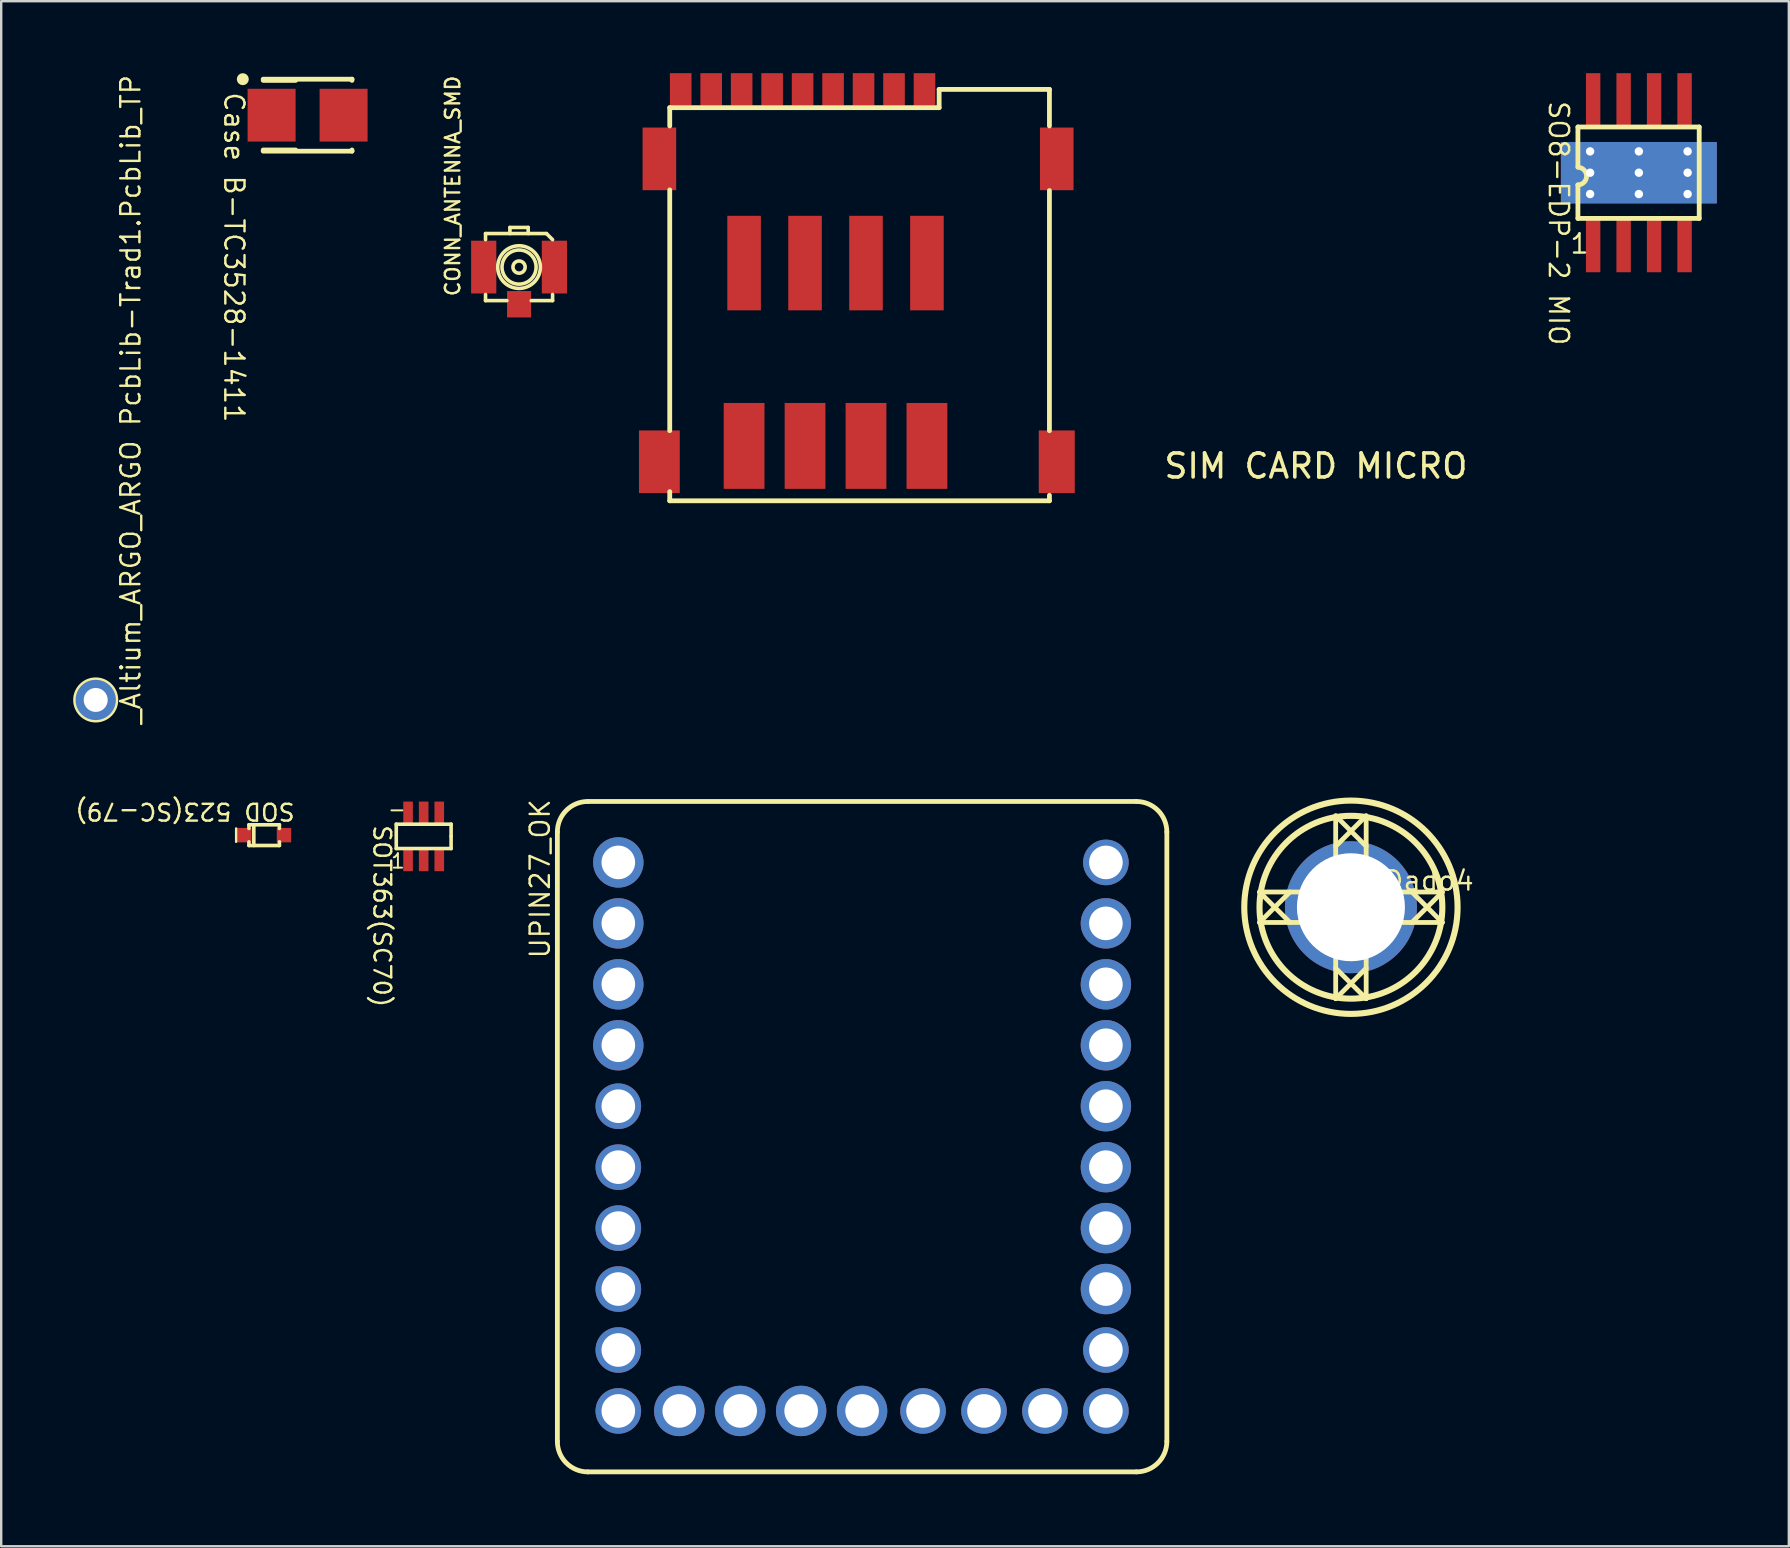
<source format=kicad_pcb>
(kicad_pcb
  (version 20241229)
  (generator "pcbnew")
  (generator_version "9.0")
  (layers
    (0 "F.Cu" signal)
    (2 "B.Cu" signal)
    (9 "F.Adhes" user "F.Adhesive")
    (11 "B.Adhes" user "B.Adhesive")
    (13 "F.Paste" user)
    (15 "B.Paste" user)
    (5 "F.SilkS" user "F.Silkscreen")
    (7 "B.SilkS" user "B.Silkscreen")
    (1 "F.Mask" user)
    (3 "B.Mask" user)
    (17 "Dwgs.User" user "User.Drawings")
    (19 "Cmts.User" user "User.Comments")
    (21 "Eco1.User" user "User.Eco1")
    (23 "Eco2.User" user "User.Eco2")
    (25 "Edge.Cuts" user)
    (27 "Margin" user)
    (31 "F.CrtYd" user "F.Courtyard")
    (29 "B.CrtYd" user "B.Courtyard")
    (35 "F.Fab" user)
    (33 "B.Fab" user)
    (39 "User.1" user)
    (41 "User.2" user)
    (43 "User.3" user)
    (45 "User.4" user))
  (footprint "SO8-EDP-2 MIO"
    (layer "F.Cu")
    (at 65.251 4.148)
    (property "Reference" "SO8-EDP-2 MIO" (at -3.81 -3.048 270) (unlocked yes) (layer "F.SilkS") (effects (font (size 0.8 0.8) (thickness 0.1)) (justify left bottom)))
    (fp_line (start -2.54 -1.905) (end -2.54 -0.254) (stroke (width 0.2) (type solid)) (layer "F.SilkS"))
    (fp_line (start -2.54 -1.905) (end 2.515 -1.905) (stroke (width 0.2) (type solid)) (layer "F.SilkS"))
    (fp_line (start -2.54 0.508) (end -2.54 1.905) (stroke (width 0.2) (type solid)) (layer "F.SilkS"))
    (fp_line (start -2.54 1.905) (end 2.515 1.905) (stroke (width 0.2) (type solid)) (layer "F.SilkS"))
    (fp_line (start 2.515 -1.905) (end 2.515 1.905) (stroke (width 0.2) (type solid)) (layer "F.SilkS"))
    (fp_arc (start -2.54 -0.22534) (mid -2.17333 0.14133) (end -2.54 0.508) (stroke (width 0.2) (type solid)) (layer "F.SilkS"))
    (fp_text user "1" (at -2.921 3.429 0) (unlocked yes) (layer "F.SilkS") (effects (font (size 0.8 0.8) (thickness 0.1)) (justify left bottom)))
    (pad "" thru_hole circle (at -2.032 -0.889 180) (size 0.5 0.5) (drill 0.35) (layers "*.Cu" "*.Mask"))
    (pad "" thru_hole circle (at -2.032 0 180) (size 0.5 0.5) (drill 0.35) (layers "*.Cu" "*.Mask"))
    (pad "" thru_hole circle (at -2.032 0.889 180) (size 0.5 0.5) (drill 0.35) (layers "*.Cu" "*.Mask"))
    (pad "" thru_hole circle (at 0 -0.889 180) (size 0.5 0.5) (drill 0.35) (layers "*.Cu" "*.Mask"))
    (pad "" thru_hole circle (at 0 0.889 180) (size 0.5 0.5) (drill 0.35) (layers "*.Cu" "*.Mask"))
    (pad "" thru_hole circle (at 2.032 -0.889 180) (size 0.5 0.5) (drill 0.35) (layers "*.Cu" "*.Mask"))
    (pad "" thru_hole circle (at 2.032 0 180) (size 0.5 0.5) (drill 0.35) (layers "*.Cu" "*.Mask"))
    (pad "" thru_hole circle (at 2.032 0.889 180) (size 0.5 0.5) (drill 0.35) (layers "*.Cu" "*.Mask"))
    (pad "1" smd rect (at -1.905 3.048 90) (size 2.2 0.6) (layers "F.Cu" "F.Mask" "F.Paste"))
    (pad "2" smd rect (at -0.635 3.048 90) (size 2.2 0.6) (layers "F.Cu" "F.Mask" "F.Paste"))
    (pad "3" smd rect (at 0.635 3.048 90) (size 2.2 0.6) (layers "F.Cu" "F.Mask" "F.Paste"))
    (pad "4" smd rect (at 1.905 3.048 90) (size 2.2 0.6) (layers "F.Cu" "F.Mask" "F.Paste"))
    (pad "5" smd rect (at 1.905 -3.048 90) (size 2.2 0.6) (layers "F.Cu" "F.Mask" "F.Paste"))
    (pad "6" smd rect (at 0.635 -3.048 90) (size 2.2 0.6) (layers "F.Cu" "F.Mask" "F.Paste"))
    (pad "7" smd rect (at -0.635 -3.048 90) (size 2.2 0.6) (layers "F.Cu" "F.Mask" "F.Paste"))
    (pad "8" smd rect (at -1.905 -3.048 90) (size 2.2 0.6) (layers "F.Cu" "F.Mask" "F.Paste"))
    (pad "9" thru_hole rect (at 0 0 90) (size 2.56 6.5) (drill 0.35) (layers "*.Cu" "*.Mask")))
  (footprint "SOT363(SC70)"
    (layer "F.Cu")
    (at 13.957 32.806)
    (property "Reference" "SOT363(SC70)" (at -1.494 -1.524 270) (unlocked yes) (layer "F.SilkS") (effects (font (size 0.7 0.7) (thickness 0.1)) (justify left bottom)))
    (fp_line (start -0.493 -1.508) (end -0.493 -0.492) (stroke (width 0.15) (type solid)) (layer "F.SilkS"))
    (fp_line (start -0.493 -1.508) (end 1.793 -1.508) (stroke (width 0.15) (type solid)) (layer "F.SilkS"))
    (fp_line (start -0.493 -0.492) (end 1.793 -0.492) (stroke (width 0.15) (type solid)) (layer "F.SilkS"))
    (fp_line (start 1.793 -1.508) (end 1.793 -1) (stroke (width 0.15) (type solid)) (layer "F.SilkS"))
    (fp_line (start 1.793 -1) (end 1.793 -0.492) (stroke (width 0.15) (type solid)) (layer "F.SilkS"))
    (fp_text user "1" (at -0.762 0.381 0) (unlocked yes) (layer "F.SilkS") (effects (font (size 0.6 0.6) (thickness 0.08)) (justify left bottom)))
    (fp_text user "-" (at -0.889 -1.778 0) (unlocked yes) (layer "F.SilkS") (effects (font (size 0.6 0.6) (thickness 0.08)) (justify left bottom)))
    (pad "1" smd rect (at 0 0) (size 0.4 0.9) (layers "F.Cu" "F.Mask" "F.Paste"))
    (pad "2" smd rect (at 0.65 0) (size 0.4 0.9) (layers "F.Cu" "F.Mask" "F.Paste"))
    (pad "3" smd rect (at 1.3 0) (size 0.4 0.9) (layers "F.Cu" "F.Mask" "F.Paste"))
    (pad "4" smd rect (at 1.3 -2) (size 0.4 0.9) (layers "F.Cu" "F.Mask" "F.Paste"))
    (pad "5" smd rect (at 0.65 -2) (size 0.4 0.9) (layers "F.Cu" "F.Mask" "F.Paste"))
    (pad "6" smd rect (at 0 -2) (size 0.4 0.9) (layers "F.Cu" "F.Mask" "F.Paste")))
  (footprint "UPIN27_OK"
    (layer "F.Cu")
    (at 43.039 32.892)
    (property "Reference" "UPIN27_OK" (at -23.114 4.064 90) (unlocked yes) (layer "F.SilkS") (effects (font (size 0.8 0.8) (thickness 0.1)) (justify left bottom)))
    (fp_line (start -22.86 24.13) (end -22.86 -1.27) (stroke (width 0.2) (type solid)) (layer "F.SilkS"))
    (fp_line (start 1.27 -2.54) (end -21.59 -2.54) (stroke (width 0.2) (type solid)) (layer "F.SilkS"))
    (fp_line (start 1.27 25.4) (end -21.59 25.4) (stroke (width 0.2) (type solid)) (layer "F.SilkS"))
    (fp_line (start 2.54 24.13) (end 2.54 -1.27) (stroke (width 0.2) (type solid)) (layer "F.SilkS"))
    (fp_arc (start -22.86 -1.27) (mid -22.488026 -2.168026) (end -21.59 -2.54) (stroke (width 0.2) (type solid)) (layer "F.SilkS"))
    (fp_arc (start -21.59 25.4) (mid -22.488026 25.028026) (end -22.86 24.13) (stroke (width 0.2) (type solid)) (layer "F.SilkS"))
    (fp_arc (start 1.27 -2.54) (mid 2.168026 -2.168026) (end 2.54 -1.27) (stroke (width 0.2) (type solid)) (layer "F.SilkS"))
    (fp_arc (start 2.54 24.13) (mid 2.168026 25.028026) (end 1.27 25.4) (stroke (width 0.2) (type solid)) (layer "F.SilkS"))
    (pad "1" thru_hole circle (at 0 0 90) (size 1.9 1.9) (drill 1.4) (layers "*.Cu" "*.Mask"))
    (pad "2" thru_hole circle (at 0 2.54 90) (size 2.1 2.1) (drill 1.4) (layers "*.Cu" "*.Mask"))
    (pad "3" thru_hole circle (at 0 5.08 90) (size 2.1 2.1) (drill 1.4) (layers "*.Cu" "*.Mask"))
    (pad "4" thru_hole circle (at 0 7.62 90) (size 2.1 2.1) (drill 1.4) (layers "*.Cu" "*.Mask"))
    (pad "5" thru_hole circle (at 0 10.16 90) (size 2.1 2.1) (drill 1.4) (layers "*.Cu" "*.Mask"))
    (pad "6" thru_hole circle (at 0 12.7 90) (size 2.1 2.1) (drill 1.4) (layers "*.Cu" "*.Mask"))
    (pad "7" thru_hole circle (at 0 15.24 90) (size 2.1 2.1) (drill 1.4) (layers "*.Cu" "*.Mask"))
    (pad "8" thru_hole circle (at 0 17.78 90) (size 2.1 2.1) (drill 1.4) (layers "*.Cu" "*.Mask"))
    (pad "9" thru_hole circle (at 0 20.32 90) (size 1.9 1.9) (drill 1.4) (layers "*.Cu" "*.Mask"))
    (pad "10" thru_hole circle (at 0 22.86 90) (size 1.9 1.9) (drill 1.4) (layers "*.Cu" "*.Mask"))
    (pad "11" thru_hole circle (at -2.54 22.86 90) (size 1.9 1.9) (drill 1.4) (layers "*.Cu" "*.Mask"))
    (pad "12" thru_hole circle (at -5.08 22.86 90) (size 1.9 1.9) (drill 1.4) (layers "*.Cu" "*.Mask"))
    (pad "13" thru_hole circle (at -7.62 22.86 90) (size 1.9 1.9) (drill 1.4) (layers "*.Cu" "*.Mask"))
    (pad "14" thru_hole circle (at -10.16 22.86 90) (size 2.1 2.1) (drill 1.4) (layers "*.Cu" "*.Mask"))
    (pad "15" thru_hole circle (at -12.7 22.86 90) (size 2.1 2.1) (drill 1.4) (layers "*.Cu" "*.Mask"))
    (pad "16" thru_hole circle (at -15.24 22.86 90) (size 2.1 2.1) (drill 1.4) (layers "*.Cu" "*.Mask"))
    (pad "17" thru_hole circle (at -17.78 22.86 90) (size 2.1 2.1) (drill 1.4) (layers "*.Cu" "*.Mask"))
    (pad "18" thru_hole circle (at -20.32 22.86 90) (size 1.9 1.9) (drill 1.4) (layers "*.Cu" "*.Mask"))
    (pad "19" thru_hole circle (at -20.32 20.32 90) (size 1.9 1.9) (drill 1.4) (layers "*.Cu" "*.Mask"))
    (pad "20" thru_hole circle (at -20.32 17.78 90) (size 1.9 1.9) (drill 1.4) (layers "*.Cu" "*.Mask"))
    (pad "21" thru_hole circle (at -20.32 15.24 90) (size 1.9 1.9) (drill 1.4) (layers "*.Cu" "*.Mask"))
    (pad "22" thru_hole circle (at -20.32 12.7 90) (size 1.9 1.9) (drill 1.4) (layers "*.Cu" "*.Mask"))
    (pad "23" thru_hole circle (at -20.32 10.16 90) (size 1.9 1.9) (drill 1.4) (layers "*.Cu" "*.Mask"))
    (pad "24" thru_hole circle (at -20.32 7.62 90) (size 2.1 2.1) (drill 1.4) (layers "*.Cu" "*.Mask"))
    (pad "25" thru_hole circle (at -20.32 5.08 90) (size 2.1 2.1) (drill 1.4) (layers "*.Cu" "*.Mask"))
    (pad "26" thru_hole circle (at -20.32 2.54 90) (size 2.1 2.1) (drill 1.4) (layers "*.Cu" "*.Mask"))
    (pad "27" thru_hole circle (at -20.32 0 90) (size 2.1 2.1) (drill 1.4) (layers "*.Cu" "*.Mask")))
  (footprint "SIM CARD MICRO"
    (layer "F.Cu")
    (at 35.479 0.675)
    (property "Reference" "SIM CARD MICRO" (at 9.906 16.281 0) (unlocked yes) (layer "F.SilkS") (effects (font (size 1 1) (thickness 0.15)) (justify left bottom)))
    (fp_line (start -10.617 0.762) (end -10.617 1.524) (stroke (width 0.2) (type solid)) (layer "F.SilkS"))
    (fp_line (start -10.617 0.762) (end 0.61 0.762) (stroke (width 0.2) (type solid)) (layer "F.SilkS"))
    (fp_line (start -10.617 4.191) (end -10.617 14.224) (stroke (width 0.2) (type solid)) (layer "F.SilkS"))
    (fp_line (start -10.617 16.764) (end -10.617 17.145) (stroke (width 0.2) (type solid)) (layer "F.SilkS"))
    (fp_line (start -10.617 17.145) (end 5.207 17.145) (stroke (width 0.2) (type solid)) (layer "F.SilkS"))
    (fp_line (start 0.61 0) (end 0.61 0.762) (stroke (width 0.2) (type solid)) (layer "F.SilkS"))
    (fp_line (start 0.61 0) (end 5.207 0) (stroke (width 0.2) (type solid)) (layer "F.SilkS"))
    (fp_line (start 5.207 0) (end 5.207 1.524) (stroke (width 0.2) (type solid)) (layer "F.SilkS"))
    (fp_line (start 5.207 4.216) (end 5.207 14.224) (stroke (width 0.2) (type solid)) (layer "F.SilkS"))
    (fp_line (start 5.207 16.916) (end 5.207 17.145) (stroke (width 0.2) (type solid)) (layer "F.SilkS"))
    (fp_arc (start -9.132967 17.145025) (mid -2.724969 14.29113) (end 3.683028 17.145026) (stroke (width 0.2) (type solid)) (layer "User.2"))
    (pad "" smd rect (at -7.518 7.239 90) (size 3.94 1.4) (layers "F.Cu" "F.Mask" "F.Paste"))
    (pad "" smd rect (at -7.518 14.859 90) (size 3.58 1.7) (layers "F.Cu" "F.Mask" "F.Paste"))
    (pad "" smd rect (at -4.978 7.239 90) (size 3.94 1.4) (layers "F.Cu" "F.Mask" "F.Paste"))
    (pad "" smd rect (at -4.978 14.859 90) (size 3.58 1.7) (layers "F.Cu" "F.Mask" "F.Paste"))
    (pad "" smd rect (at -2.438 7.239 90) (size 3.94 1.4) (layers "F.Cu" "F.Mask" "F.Paste"))
    (pad "" smd rect (at -2.438 14.859 90) (size 3.58 1.7) (layers "F.Cu" "F.Mask" "F.Paste"))
    (pad "" smd rect (at 0.102 7.239 90) (size 3.94 1.4) (layers "F.Cu" "F.Mask" "F.Paste"))
    (pad "" smd rect (at 0.102 14.859 90) (size 3.58 1.7) (layers "F.Cu" "F.Mask" "F.Paste"))
    (pad "C1" smd rect (at 0 0 90) (size 1.35 0.9) (layers "F.Cu" "F.Mask" "F.Paste"))
    (pad "C2" smd rect (at -2.54 0 90) (size 1.35 0.9) (layers "F.Cu" "F.Mask" "F.Paste"))
    (pad "C3" smd rect (at -5.08 0 90) (size 1.35 0.9) (layers "F.Cu" "F.Mask" "F.Paste"))
    (pad "C4" smd rect (at -7.62 0 90) (size 1.35 0.9) (layers "F.Cu" "F.Mask" "F.Paste"))
    (pad "C5" smd rect (at -1.27 0 90) (size 1.35 0.9) (layers "F.Cu" "F.Mask" "F.Paste"))
    (pad "C6" smd rect (at -3.81 0 90) (size 1.35 0.9) (layers "F.Cu" "F.Mask" "F.Paste"))
    (pad "C7" smd rect (at -6.35 0 90) (size 1.35 0.9) (layers "F.Cu" "F.Mask" "F.Paste"))
    (pad "C8" smd rect (at -8.89 0 90) (size 1.35 0.9) (layers "F.Cu" "F.Mask" "F.Paste"))
    (pad "CD" smd rect (at -10.16 0 90) (size 1.35 0.9) (layers "F.Cu" "F.Mask" "F.Paste"))
    (pad "GND" smd rect (at -11.049 2.896 90) (size 2.61 1.4) (layers "F.Cu" "F.Mask" "F.Paste"))
    (pad "GND" smd rect (at -11.049 15.519 90) (size 2.61 1.7) (layers "F.Cu" "F.Mask" "F.Paste"))
    (pad "GND" smd rect (at 5.512 2.896 90) (size 2.61 1.4) (layers "F.Cu" "F.Mask" "F.Paste"))
    (pad "GND" smd rect (at 5.512 15.519 90) (size 2.61 1.5) (layers "F.Cu" "F.Mask" "F.Paste")))
  (footprint "Case B-TC3528-1411"
    (layer "F.Cu")
    (at 8.269 1.75)
    (property "Reference" "Case B-TC3528-1411" (at -2.032 -1.016 270) (unlocked yes) (layer "F.SilkS") (effects (font (size 0.8 0.8) (thickness 0.1)) (justify left bottom)))
    (fp_line (start 1 -1.45) (end -0.35 -1.45) (stroke (width 0.2) (type solid)) (layer "F.SilkS"))
    (fp_line (start 1 1.45) (end -0.35 1.45) (stroke (width 0.2) (type solid)) (layer "F.SilkS"))
    (fp_line (start 3.35 -1.5) (end -0.35 -1.5) (stroke (width 0.2) (type solid)) (layer "F.SilkS"))
    (fp_line (start 3.35 -1.5) (end 3.35 -1.45) (stroke (width 0.2) (type solid)) (layer "F.SilkS"))
    (fp_line (start 3.35 1.45) (end 3.35 1.5) (stroke (width 0.2) (type solid)) (layer "F.SilkS"))
    (fp_line (start 3.35 1.5) (end -0.35 1.5) (stroke (width 0.2) (type solid)) (layer "F.SilkS"))
    (fp_circle (center -1.2 -1.5) (end -1.2 -1.375) (stroke (width 0.25) (type solid)) (fill no) (layer "F.SilkS"))
    (pad "1" smd rect (at 0 0) (size 2 2.2) (layers "F.Cu" "F.Mask" "F.Paste"))
    (pad "2" smd rect (at 3 0) (size 2 2.2) (layers "F.Cu" "F.Mask" "F.Paste")))
  (footprint "CONN_ANTENNA_SMD"
    (layer "F.Cu")
    (at 18.582 8.081)
    (property "Reference" "CONN_ANTENNA_SMD" (at -2.413 1.27 90) (unlocked yes) (layer "F.SilkS") (effects (font (size 0.6 0.6) (thickness 0.1)) (justify left bottom)))
    (fp_line (start -1.397 -1.397) (end 1.143 -1.397) (stroke (width 0.15) (type solid)) (layer "F.SilkS"))
    (fp_line (start -1.397 -1.143) (end -1.397 -1.397) (stroke (width 0.15) (type solid)) (layer "F.SilkS"))
    (fp_line (start -1.397 1.397) (end -1.397 1.143) (stroke (width 0.15) (type solid)) (layer "F.SilkS"))
    (fp_line (start -1.397 1.397) (end -0.508 1.397) (stroke (width 0.15) (type solid)) (layer "F.SilkS"))
    (fp_line (start -0.381 -1.651) (end 0.381 -1.651) (stroke (width 0.15) (type solid)) (layer "F.SilkS"))
    (fp_line (start -0.381 -1.397) (end -0.381 -1.651) (stroke (width 0.15) (type solid)) (layer "F.SilkS"))
    (fp_line (start 0.381 -1.397) (end 0.381 -1.651) (stroke (width 0.15) (type solid)) (layer "F.SilkS"))
    (fp_line (start 0.508 1.397) (end 1.397 1.397) (stroke (width 0.15) (type solid)) (layer "F.SilkS"))
    (fp_line (start 1.143 -1.397) (end 1.397 -1.143) (stroke (width 0.15) (type solid)) (layer "F.SilkS"))
    (fp_line (start 1.397 1.397) (end 1.397 1.143) (stroke (width 0.15) (type solid)) (layer "F.SilkS"))
    (fp_circle (center 0 0) (end 0 -0.889) (stroke (width 0.15) (type solid)) (fill no) (layer "F.SilkS"))
    (fp_circle (center 0 0) (end 0 -0.711) (stroke (width 0.15) (type solid)) (fill no) (layer "F.SilkS"))
    (fp_circle (center 0 0) (end 0 -0.254) (stroke (width 0.15) (type solid)) (fill no) (layer "F.SilkS"))
    (pad "1" smd rect (at 0 1.549 90) (size 1.1 1) (layers "F.Cu" "F.Mask" "F.Paste"))
    (pad "2" smd rect (at -1.473 0 90) (size 2.2 1.05) (layers "F.Cu" "F.Mask" "F.Paste"))
    (pad "2" smd rect (at 1.473 0 90) (size 2.2 1.05) (layers "F.Cu" "F.Mask" "F.Paste")))
  (footprint "ViteDado4"
    (layer "F.Cu")
    (at 53.251 34.76)
    (property "Reference" "ViteDado4" (at -0.889 -0.635 0) (unlocked yes) (layer "F.SilkS") (effects (font (size 0.8 0.8) (thickness 0.1)) (justify left bottom)))
    (fp_line (start -3.81 0.635) (end -2.54 -0.635) (stroke (width 0.2) (type solid)) (layer "F.SilkS"))
    (fp_line (start -2.54 0.635) (end -3.81 -0.635) (stroke (width 0.2) (type solid)) (layer "F.SilkS"))
    (fp_line (start -0.635 -2.54) (end 0.635 -3.81) (stroke (width 0.2) (type solid)) (layer "F.SilkS"))
    (fp_line (start -0.635 -0.635) (end -3.81 -0.635) (stroke (width 0.2) (type solid)) (layer "F.SilkS"))
    (fp_line (start -0.635 -0.635) (end -0.635 -3.81) (stroke (width 0.2) (type solid)) (layer "F.SilkS"))
    (fp_line (start -0.635 0.635) (end -3.81 0.635) (stroke (width 0.2) (type solid)) (layer "F.SilkS"))
    (fp_line (start -0.635 3.81) (end -0.635 0.635) (stroke (width 0.2) (type solid)) (layer "F.SilkS"))
    (fp_line (start -0.635 3.81) (end 0.635 2.54) (stroke (width 0.2) (type solid)) (layer "F.SilkS"))
    (fp_line (start 0.635 -2.54) (end -0.635 -3.81) (stroke (width 0.2) (type solid)) (layer "F.SilkS"))
    (fp_line (start 0.635 -0.635) (end 0.635 -3.81) (stroke (width 0.2) (type solid)) (layer "F.SilkS"))
    (fp_line (start 0.635 3.81) (end -0.635 2.54) (stroke (width 0.2) (type solid)) (layer "F.SilkS"))
    (fp_line (start 0.635 3.81) (end 0.635 0.635) (stroke (width 0.2) (type solid)) (layer "F.SilkS"))
    (fp_line (start 2.54 0.635) (end 3.81 -0.635) (stroke (width 0.2) (type solid)) (layer "F.SilkS"))
    (fp_line (start 3.81 -0.635) (end 0.635 -0.635) (stroke (width 0.2) (type solid)) (layer "F.SilkS"))
    (fp_line (start 3.81 0.635) (end 0.635 0.635) (stroke (width 0.2) (type solid)) (layer "F.SilkS"))
    (fp_line (start 3.81 0.635) (end 2.54 -0.635) (stroke (width 0.2) (type solid)) (layer "F.SilkS"))
    (fp_circle (center 0 0) (end -4.445 0) (stroke (width 0.254) (type solid)) (fill no) (layer "F.SilkS"))
    (fp_circle (center 0 0) (end -3.81 0) (stroke (width 0.254) (type solid)) (fill no) (layer "F.SilkS"))
    (pad "1" thru_hole circle (at 0 0) (size 5.5 5.5) (drill 4.5) (layers "*.Cu" "*.Mask")))
  (footprint "SOD 523(SC-79)"
    (layer "F.Cu")
    (at 7.134 31.755)
    (property "Reference" "SOD 523(SC-79)" (at 2.159 -1.397 180) (unlocked yes) (layer "F.SilkS") (effects (font (size 0.7 0.7) (thickness 0.1)) (justify left bottom)))
    (fp_line (start -0.343 0.279) (end -0.343 -0.279) (stroke (width 0.1) (type solid)) (layer "F.SilkS"))
    (fp_line (start 0.191 -0.279) (end 0.191 -0.432) (stroke (width 0.15) (type solid)) (layer "F.SilkS"))
    (fp_line (start 0.191 0.432) (end 0.191 0.279) (stroke (width 0.15) (type solid)) (layer "F.SilkS"))
    (fp_line (start 0.394 0.432) (end 0.394 -0.432) (stroke (width 0.15) (type solid)) (layer "F.SilkS"))
    (fp_line (start 1.46 -0.432) (end 0.191 -0.432) (stroke (width 0.15) (type solid)) (layer "F.SilkS"))
    (fp_line (start 1.46 -0.279) (end 1.46 -0.432) (stroke (width 0.15) (type solid)) (layer "F.SilkS"))
    (fp_line (start 1.46 0.432) (end 0.191 0.432) (stroke (width 0.15) (type solid)) (layer "F.SilkS"))
    (fp_line (start 1.46 0.432) (end 1.46 0.279) (stroke (width 0.15) (type solid)) (layer "F.SilkS"))
    (pad "1" smd rect (at 0 0) (size 0.6 0.6) (layers "F.Cu" "F.Mask" "F.Paste"))
    (pad "2" smd rect (at 1.651 0) (size 0.6 0.6) (layers "F.Cu" "F.Mask" "F.Paste")))
  (footprint "_Altium_ARGO_ARGO PcbLib-Trad1.PcbLib_TP"
    (layer "F.Cu")
    (at 0.939 26.121)
    (property "Reference" "_Altium_ARGO_ARGO PcbLib-Trad1.PcbLib_TP" (at 1.924 1.066 90) (unlocked yes) (layer "F.SilkS") (effects (font (size 0.8 0.8) (thickness 0.1)) (justify left bottom)))
    (fp_circle (center 0 0) (end 0 -0.889) (stroke (width 0.1) (type solid)) (fill no) (layer "F.SilkS"))
    (pad "1" thru_hole circle (at 0 0 90) (size 1.8 1.8) (drill 1) (layers "*.Cu" "*.Mask")))
  (gr_rect
    (start -3 -3)
    (end 71.501 61.392)
    (stroke (width 0.1) (type default))
    (fill no)
    (layer "Edge.Cuts")))
</source>
